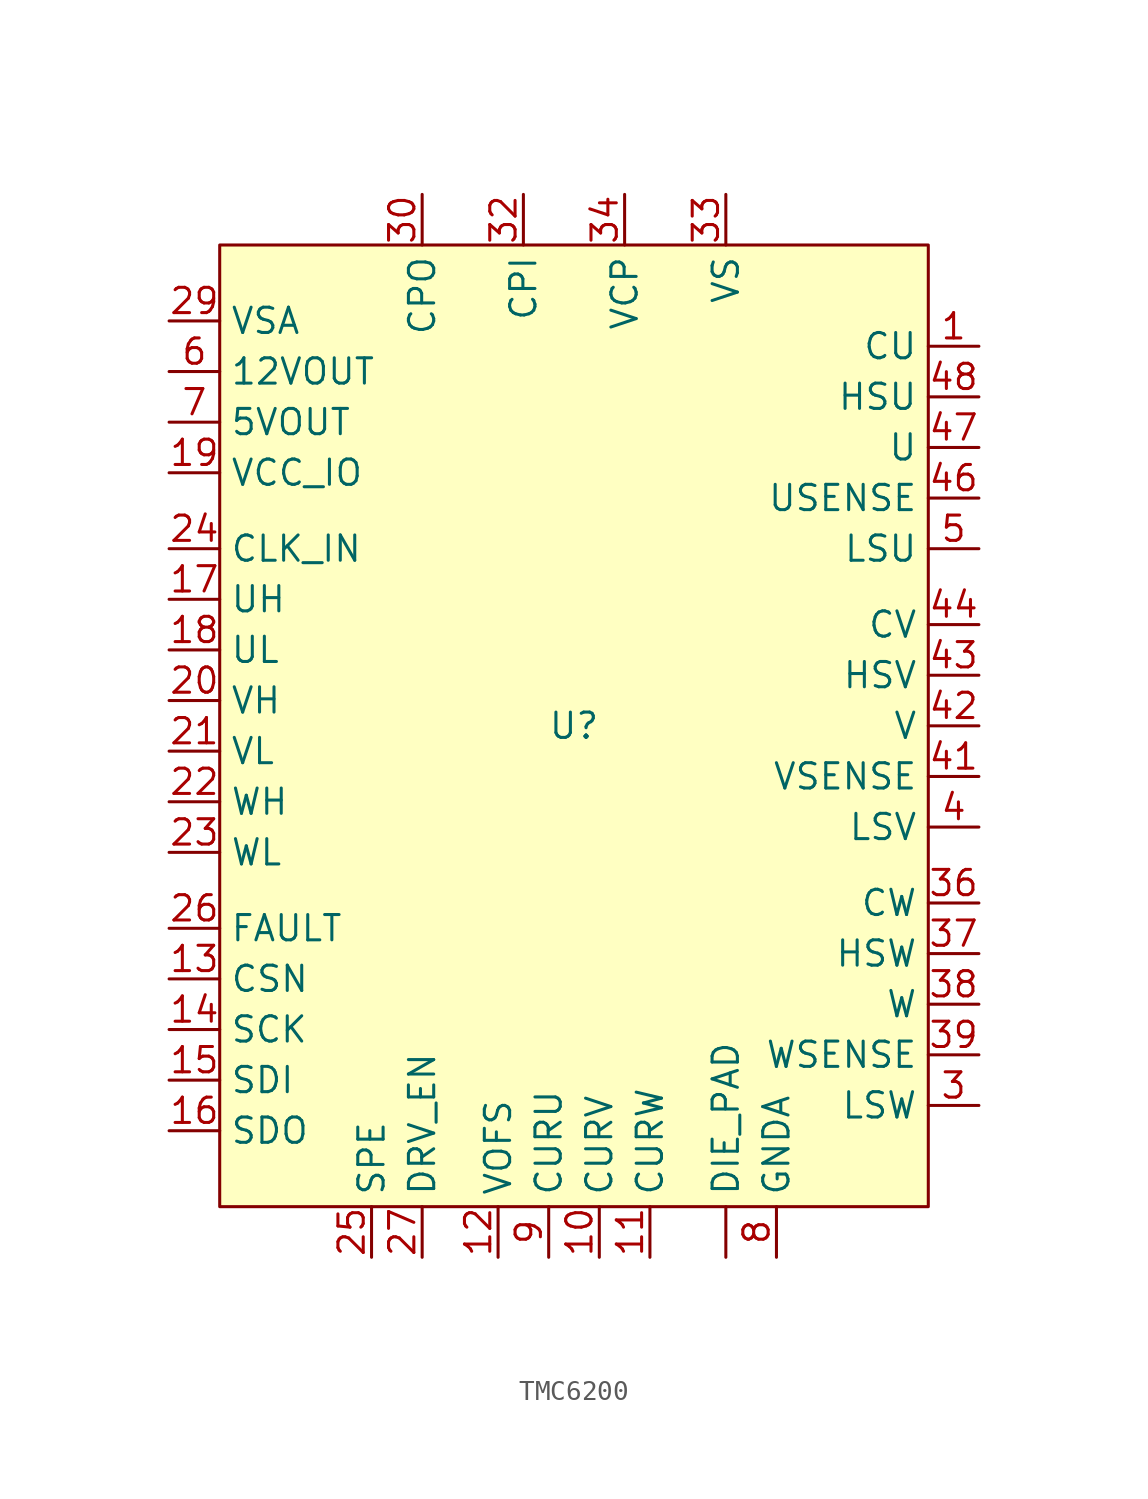
<source format=kicad_sym>
(kicad_symbol_lib
  (version 20231120)
  (generator "kicad_symbol_editor")
  (generator_version "8.0")
  (symbol "TMC6200"
    (property "Reference" "U"
      (at 0 0 0)
      (effects (font (size 1.27 1.27))))
    (property "Value" ""
      (at 0 0 0)
      (effects (font (size 1.27 1.27))))
    (symbol "TMC6200_1_1"
      (rectangle (start -17.78 24.13) (end 17.78 -24.13) (stroke (width 0) (type default)) (fill (type background)))
      (pin passive line (at 7.62 -26.67 90) (length 2.54) (name "DIE_PAD" (effects (font (size 1.27 1.27)))) (number "" (effects (font (size 1.27 1.27)))))
      (pin bidirectional line (at 20.32 19.05 180) (length 2.54) (name "CU" (effects (font (size 1.27 1.27)))) (number "1" (effects (font (size 1.27 1.27)))))
      (pin output line (at 1.27 -26.67 90) (length 2.54) (name "CURV" (effects (font (size 1.27 1.27)))) (number "10" (effects (font (size 1.27 1.27)))))
      (pin output line (at 3.81 -26.67 90) (length 2.54) (name "CURW" (effects (font (size 1.27 1.27)))) (number "11" (effects (font (size 1.27 1.27)))))
      (pin input line (at -3.81 -26.67 90) (length 2.54) (name "VOFS" (effects (font (size 1.27 1.27)))) (number "12" (effects (font (size 1.27 1.27)))))
      (pin input line (at -20.32 -12.7 0) (length 2.54) (name "CSN" (effects (font (size 1.27 1.27)))) (number "13" (effects (font (size 1.27 1.27)))))
      (pin input line (at -20.32 -15.24 0) (length 2.54) (name "SCK" (effects (font (size 1.27 1.27)))) (number "14" (effects (font (size 1.27 1.27)))))
      (pin input line (at -20.32 -17.78 0) (length 2.54) (name "SDI" (effects (font (size 1.27 1.27)))) (number "15" (effects (font (size 1.27 1.27)))))
      (pin output line (at -20.32 -20.32 0) (length 2.54) (name "SDO" (effects (font (size 1.27 1.27)))) (number "16" (effects (font (size 1.27 1.27)))))
      (pin input line (at -20.32 6.35 0) (length 2.54) (name "UH" (effects (font (size 1.27 1.27)))) (number "17" (effects (font (size 1.27 1.27)))))
      (pin input line (at -20.32 3.81 0) (length 2.54) (name "UL" (effects (font (size 1.27 1.27)))) (number "18" (effects (font (size 1.27 1.27)))))
      (pin power_in line (at -20.32 12.7 0) (length 2.54) (name "VCC_IO" (effects (font (size 1.27 1.27)))) (number "19" (effects (font (size 1.27 1.27)))))
      (pin input line (at -20.32 1.27 0) (length 2.54) (name "VH" (effects (font (size 1.27 1.27)))) (number "20" (effects (font (size 1.27 1.27)))))
      (pin input line (at -20.32 -1.27 0) (length 2.54) (name "VL" (effects (font (size 1.27 1.27)))) (number "21" (effects (font (size 1.27 1.27)))))
      (pin input line (at -20.32 -3.81 0) (length 2.54) (name "WH" (effects (font (size 1.27 1.27)))) (number "22" (effects (font (size 1.27 1.27)))))
      (pin input line (at -20.32 -6.35 0) (length 2.54) (name "WL" (effects (font (size 1.27 1.27)))) (number "23" (effects (font (size 1.27 1.27)))))
      (pin input line (at -20.32 8.89 0) (length 2.54) (name "CLK_IN" (effects (font (size 1.27 1.27)))) (number "24" (effects (font (size 1.27 1.27)))))
      (pin input line (at -10.16 -26.67 90) (length 2.54) (name "SPE" (effects (font (size 1.27 1.27)))) (number "25" (effects (font (size 1.27 1.27)))))
      (pin output line (at -20.32 -10.16 0) (length 2.54) (name "FAULT" (effects (font (size 1.27 1.27)))) (number "26" (effects (font (size 1.27 1.27)))))
      (pin input line (at -7.62 -26.67 90) (length 2.54) (name "DRV_EN" (effects (font (size 1.27 1.27)))) (number "27" (effects (font (size 1.27 1.27)))))
      (pin power_in line (at -20.32 20.32 0) (length 2.54) (name "VSA" (effects (font (size 1.27 1.27)))) (number "29" (effects (font (size 1.27 1.27)))))
      (pin output line (at 20.32 -19.05 180) (length 2.54) (name "LSW" (effects (font (size 1.27 1.27)))) (number "3" (effects (font (size 1.27 1.27)))))
      (pin bidirectional line (at -7.62 26.67 270) (length 2.54) (name "CPO" (effects (font (size 1.27 1.27)))) (number "30" (effects (font (size 1.27 1.27)))))
      (pin bidirectional line (at -2.54 26.67 270) (length 2.54) (name "CPI" (effects (font (size 1.27 1.27)))) (number "32" (effects (font (size 1.27 1.27)))))
      (pin power_in line (at 7.62 26.67 270) (length 2.54) (name "VS" (effects (font (size 1.27 1.27)))) (number "33" (effects (font (size 1.27 1.27)))))
      (pin bidirectional line (at 2.54 26.67 270) (length 2.54) (name "VCP" (effects (font (size 1.27 1.27)))) (number "34" (effects (font (size 1.27 1.27)))))
      (pin bidirectional line (at 20.32 -8.89 180) (length 2.54) (name "CW" (effects (font (size 1.27 1.27)))) (number "36" (effects (font (size 1.27 1.27)))))
      (pin output line (at 20.32 -11.43 180) (length 2.54) (name "HSW" (effects (font (size 1.27 1.27)))) (number "37" (effects (font (size 1.27 1.27)))))
      (pin input line (at 20.32 -13.97 180) (length 2.54) (name "W" (effects (font (size 1.27 1.27)))) (number "38" (effects (font (size 1.27 1.27)))))
      (pin input line (at 20.32 -16.51 180) (length 2.54) (name "WSENSE" (effects (font (size 1.27 1.27)))) (number "39" (effects (font (size 1.27 1.27)))))
      (pin output line (at 20.32 -5.08 180) (length 2.54) (name "LSV" (effects (font (size 1.27 1.27)))) (number "4" (effects (font (size 1.27 1.27)))))
      (pin input line (at 20.32 -2.54 180) (length 2.54) (name "VSENSE" (effects (font (size 1.27 1.27)))) (number "41" (effects (font (size 1.27 1.27)))))
      (pin input line (at 20.32 0 180) (length 2.54) (name "V" (effects (font (size 1.27 1.27)))) (number "42" (effects (font (size 1.27 1.27)))))
      (pin output line (at 20.32 2.54 180) (length 2.54) (name "HSV" (effects (font (size 1.27 1.27)))) (number "43" (effects (font (size 1.27 1.27)))))
      (pin bidirectional line (at 20.32 5.08 180) (length 2.54) (name "CV" (effects (font (size 1.27 1.27)))) (number "44" (effects (font (size 1.27 1.27)))))
      (pin input line (at 20.32 11.43 180) (length 2.54) (name "USENSE" (effects (font (size 1.27 1.27)))) (number "46" (effects (font (size 1.27 1.27)))))
      (pin input line (at 20.32 13.97 180) (length 2.54) (name "U" (effects (font (size 1.27 1.27)))) (number "47" (effects (font (size 1.27 1.27)))))
      (pin output line (at 20.32 16.51 180) (length 2.54) (name "HSU" (effects (font (size 1.27 1.27)))) (number "48" (effects (font (size 1.27 1.27)))))
      (pin output line (at 20.32 8.89 180) (length 2.54) (name "LSU" (effects (font (size 1.27 1.27)))) (number "5" (effects (font (size 1.27 1.27)))))
      (pin power_out line (at -20.32 17.78 0) (length 2.54) (name "12VOUT" (effects (font (size 1.27 1.27)))) (number "6" (effects (font (size 1.27 1.27)))))
      (pin power_out line (at -20.32 15.24 0) (length 2.54) (name "5VOUT" (effects (font (size 1.27 1.27)))) (number "7" (effects (font (size 1.27 1.27)))))
      (pin power_in line (at 10.16 -26.67 90) (length 2.54) (name "GNDA" (effects (font (size 1.27 1.27)))) (number "8" (effects (font (size 1.27 1.27)))))
      (pin output line (at -1.27 -26.67 90) (length 2.54) (name "CURU" (effects (font (size 1.27 1.27)))) (number "9" (effects (font (size 1.27 1.27))))))))
</source>
